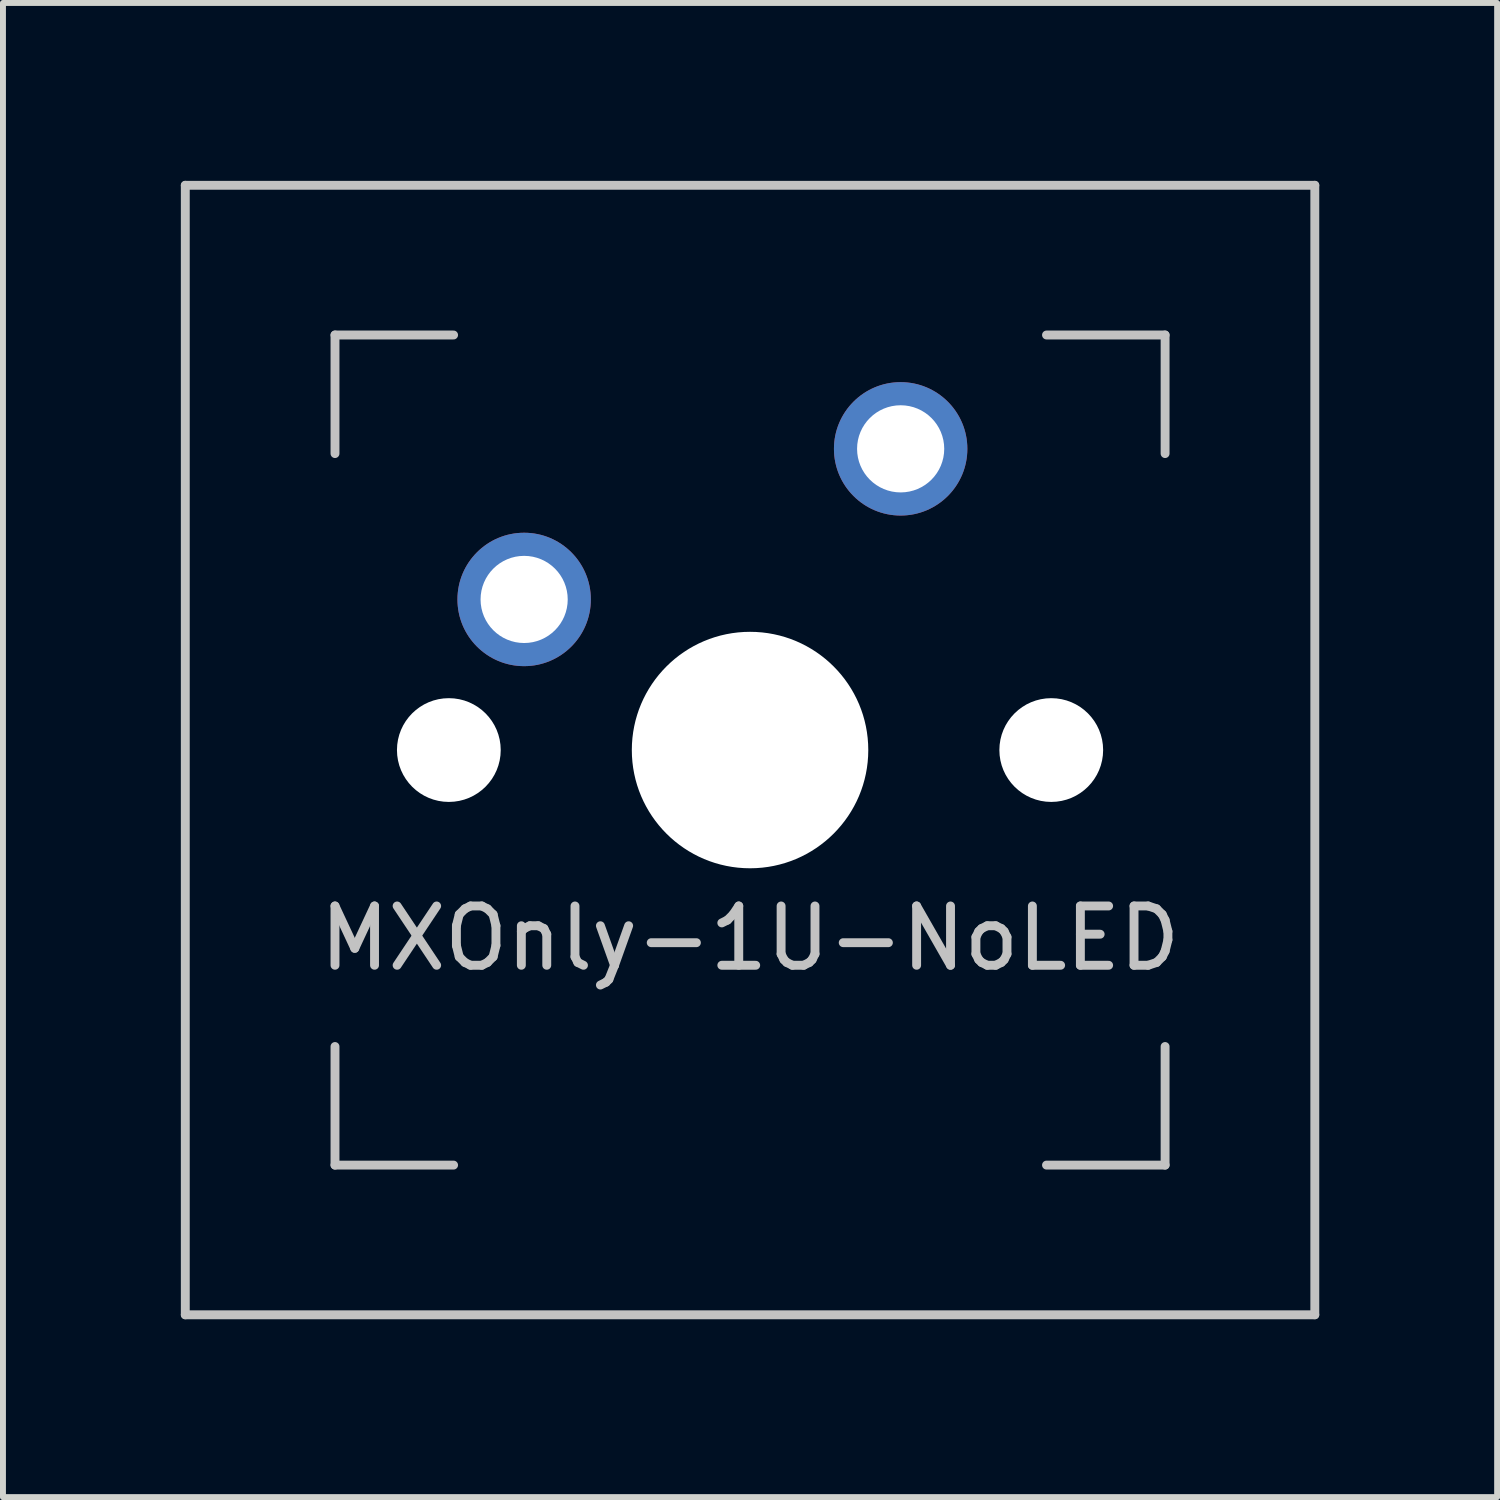
<source format=kicad_pcb>
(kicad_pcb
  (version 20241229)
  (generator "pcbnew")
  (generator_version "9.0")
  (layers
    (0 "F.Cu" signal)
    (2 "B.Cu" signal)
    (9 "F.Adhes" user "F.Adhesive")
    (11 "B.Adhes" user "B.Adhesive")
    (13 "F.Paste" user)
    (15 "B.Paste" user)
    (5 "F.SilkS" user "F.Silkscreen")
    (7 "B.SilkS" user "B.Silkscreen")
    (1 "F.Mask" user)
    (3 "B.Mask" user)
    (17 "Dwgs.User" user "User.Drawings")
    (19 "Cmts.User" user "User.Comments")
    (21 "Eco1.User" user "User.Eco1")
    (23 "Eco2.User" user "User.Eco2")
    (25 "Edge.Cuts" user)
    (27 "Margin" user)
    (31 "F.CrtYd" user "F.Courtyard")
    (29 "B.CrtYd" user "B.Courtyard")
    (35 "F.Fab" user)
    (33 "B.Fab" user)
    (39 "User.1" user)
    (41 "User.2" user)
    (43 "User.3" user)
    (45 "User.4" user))
  (footprint "MXOnly-1U-NoLED"
    (layer "F.Cu")
    (at 9.6 9.6)
    (property "Reference" "MXOnly-1U-NoLED" (at 0 3.175 0) (layer "Dwgs.User") (effects (font (size 1 1) (thickness 0.15))))
    (attr through_hole)
    (fp_line (start -9.525 -9.525) (end 9.525 -9.525) (stroke (width 0.15) (type solid)) (layer "Dwgs.User"))
    (fp_line (start -9.525 9.525) (end -9.525 -9.525) (stroke (width 0.15) (type solid)) (layer "Dwgs.User"))
    (fp_line (start -7 -7) (end -7 -5) (stroke (width 0.15) (type solid)) (layer "Dwgs.User"))
    (fp_line (start -7 5) (end -7 7) (stroke (width 0.15) (type solid)) (layer "Dwgs.User"))
    (fp_line (start -7 7) (end -5 7) (stroke (width 0.15) (type solid)) (layer "Dwgs.User"))
    (fp_line (start -5 -7) (end -7 -7) (stroke (width 0.15) (type solid)) (layer "Dwgs.User"))
    (fp_line (start 5 -7) (end 7 -7) (stroke (width 0.15) (type solid)) (layer "Dwgs.User"))
    (fp_line (start 5 7) (end 7 7) (stroke (width 0.15) (type solid)) (layer "Dwgs.User"))
    (fp_line (start 7 -7) (end 7 -5) (stroke (width 0.15) (type solid)) (layer "Dwgs.User"))
    (fp_line (start 7 7) (end 7 5) (stroke (width 0.15) (type solid)) (layer "Dwgs.User"))
    (fp_line (start 9.525 -9.525) (end 9.525 9.525) (stroke (width 0.15) (type solid)) (layer "Dwgs.User"))
    (fp_line (start 9.525 9.525) (end -9.525 9.525) (stroke (width 0.15) (type solid)) (layer "Dwgs.User"))
    (pad "" np_thru_hole circle (at -5.08 0 48.1) (size 1.75 1.75) (drill 1.75) (layers "*.Cu" "*.Mask"))
    (pad "" np_thru_hole circle (at 0 0) (size 3.988 3.988) (drill 3.988) (layers "*.Cu" "*.Mask"))
    (pad "" np_thru_hole circle (at 5.08 0 48.1) (size 1.75 1.75) (drill 1.75) (layers "*.Cu" "*.Mask"))
    (pad "1" thru_hole circle (at -3.81 -2.54) (size 2.25 2.25) (drill 1.47) (layers "*.Cu" "B.Mask"))
    (pad "2" thru_hole circle (at 2.54 -5.08) (size 2.25 2.25) (drill 1.47) (layers "*.Cu" "B.Mask")))
  (gr_rect
    (start -3 -3)
    (end 22.2 22.2)
    (stroke (width 0.1) (type default))
    (fill no)
    (layer "Edge.Cuts")))
</source>
